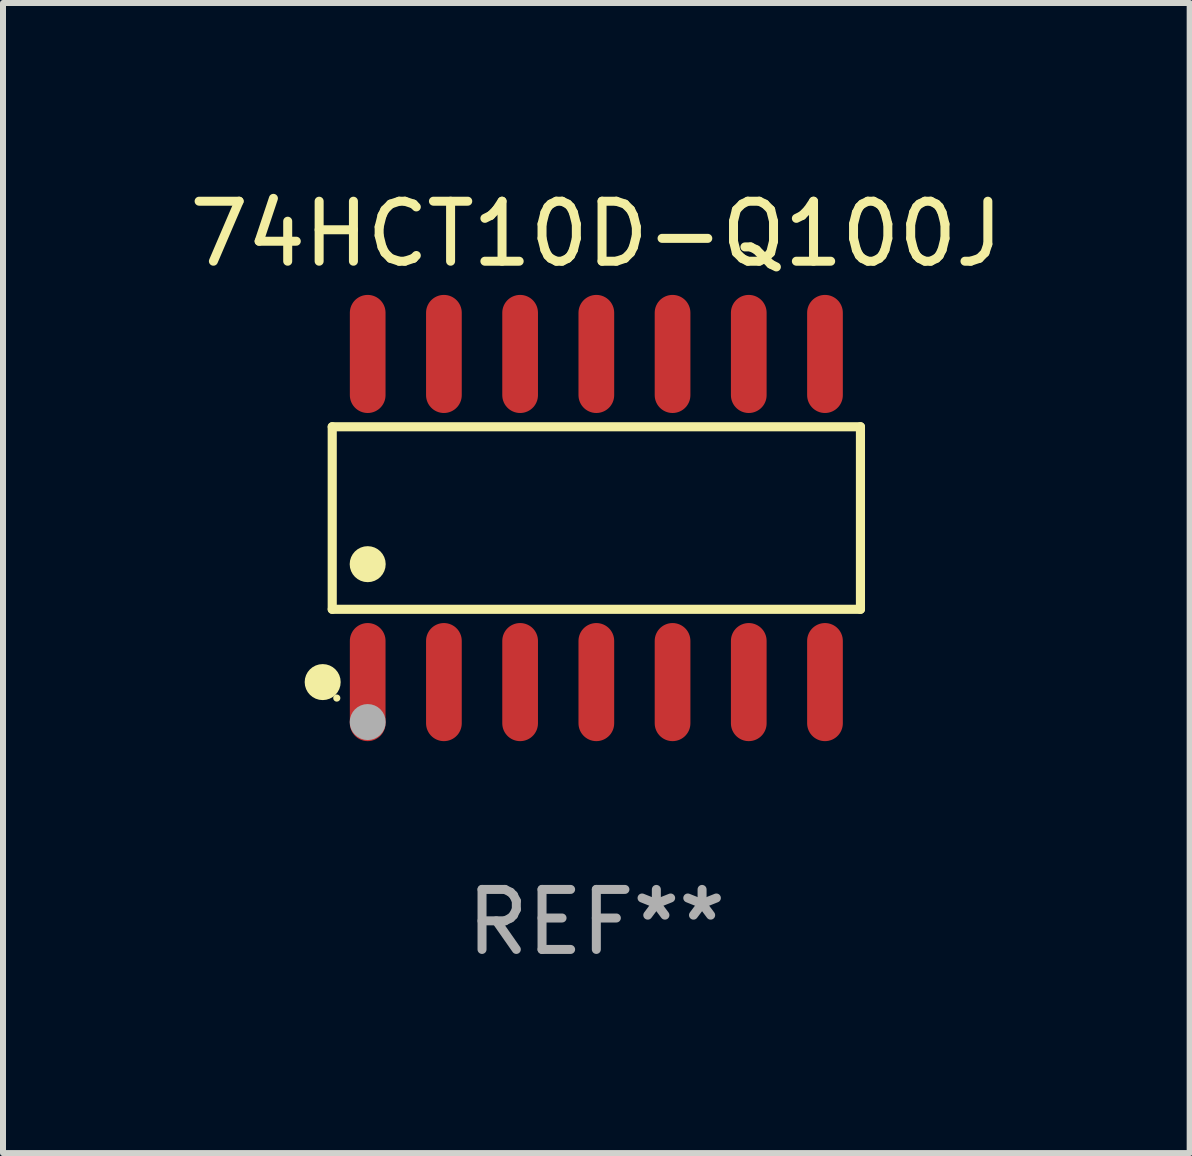
<source format=kicad_pcb>
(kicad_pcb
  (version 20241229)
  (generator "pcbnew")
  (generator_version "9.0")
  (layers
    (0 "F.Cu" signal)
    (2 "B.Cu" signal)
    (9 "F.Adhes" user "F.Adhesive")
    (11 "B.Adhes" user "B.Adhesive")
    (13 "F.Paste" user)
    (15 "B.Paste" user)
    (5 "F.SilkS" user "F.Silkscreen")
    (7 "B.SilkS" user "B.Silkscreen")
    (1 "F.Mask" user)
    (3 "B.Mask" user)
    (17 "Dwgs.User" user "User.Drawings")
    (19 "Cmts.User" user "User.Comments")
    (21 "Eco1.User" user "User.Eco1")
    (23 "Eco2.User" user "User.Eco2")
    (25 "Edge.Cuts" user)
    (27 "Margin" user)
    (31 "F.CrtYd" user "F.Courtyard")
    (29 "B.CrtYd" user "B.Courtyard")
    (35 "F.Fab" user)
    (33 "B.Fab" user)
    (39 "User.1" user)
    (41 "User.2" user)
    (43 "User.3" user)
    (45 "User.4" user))
  (footprint "74HCT10D-Q100J"
    (layer "F.Cu")
    (at 6.887 5.582)
    (property "Reference" "74HCT10D-Q100J" (at 0 -4.734 0) (layer "F.SilkS") (effects (font (size 1 1) (thickness 0.15))))
    (attr through_hole)
    (fp_line (start -4.401 -1.521) (end 4.401 -1.521) (stroke (width 0.152) (type solid)) (layer "F.SilkS"))
    (fp_line (start -4.401 1.521) (end -4.401 -1.521) (stroke (width 0.152) (type solid)) (layer "F.SilkS"))
    (fp_line (start 4.401 -1.521) (end 4.401 1.521) (stroke (width 0.152) (type solid)) (layer "F.SilkS"))
    (fp_line (start 4.401 1.521) (end -4.401 1.521) (stroke (width 0.152) (type solid)) (layer "F.SilkS"))
    (fp_circle (center -4.56 2.734) (end -4.41 2.734) (stroke (width 0.3) (type solid)) (fill no) (layer "F.SilkS"))
    (fp_circle (center -4.325 3) (end -4.295 3) (stroke (width 0.06) (type solid)) (fill no) (layer "F.SilkS"))
    (fp_circle (center -3.81 0.769) (end -3.66 0.769) (stroke (width 0.3) (type solid)) (fill no) (layer "F.SilkS"))
    (fp_circle (center -3.81 3.4) (end -3.66 3.4) (stroke (width 0.3) (type solid)) (fill no) (layer "F.Fab"))
    (fp_text user "REF**" (at 0 6.734 0) (layer "F.Fab") (effects (font (size 1 1) (thickness 0.15))))
    (pad "1" smd oval (at -3.81 2.734) (size 0.595 1.968) (layers "F.Cu" "F.Mask" "F.Paste"))
    (pad "2" smd oval (at -2.54 2.734) (size 0.595 1.968) (layers "F.Cu" "F.Mask" "F.Paste"))
    (pad "3" smd oval (at -1.27 2.734) (size 0.595 1.968) (layers "F.Cu" "F.Mask" "F.Paste"))
    (pad "4" smd oval (at 0 2.734) (size 0.595 1.968) (layers "F.Cu" "F.Mask" "F.Paste"))
    (pad "5" smd oval (at 1.27 2.734) (size 0.595 1.968) (layers "F.Cu" "F.Mask" "F.Paste"))
    (pad "6" smd oval (at 2.54 2.734) (size 0.595 1.968) (layers "F.Cu" "F.Mask" "F.Paste"))
    (pad "7" smd oval (at 3.81 2.734) (size 0.595 1.968) (layers "F.Cu" "F.Mask" "F.Paste"))
    (pad "8" smd oval (at 3.81 -2.734) (size 0.595 1.968) (layers "F.Cu" "F.Mask" "F.Paste"))
    (pad "9" smd oval (at 2.54 -2.734) (size 0.595 1.968) (layers "F.Cu" "F.Mask" "F.Paste"))
    (pad "10" smd oval (at 1.27 -2.734) (size 0.595 1.968) (layers "F.Cu" "F.Mask" "F.Paste"))
    (pad "11" smd oval (at 0 -2.734) (size 0.595 1.968) (layers "F.Cu" "F.Mask" "F.Paste"))
    (pad "12" smd oval (at -1.27 -2.734) (size 0.595 1.968) (layers "F.Cu" "F.Mask" "F.Paste"))
    (pad "13" smd oval (at -2.54 -2.734) (size 0.595 1.968) (layers "F.Cu" "F.Mask" "F.Paste"))
    (pad "14" smd oval (at -3.81 -2.734) (size 0.595 1.968) (layers "F.Cu" "F.Mask" "F.Paste")))
  (gr_rect
    (start -3 -3)
    (end 16.774 16.164)
    (stroke (width 0.1) (type default))
    (fill no)
    (layer "Edge.Cuts")))
</source>
